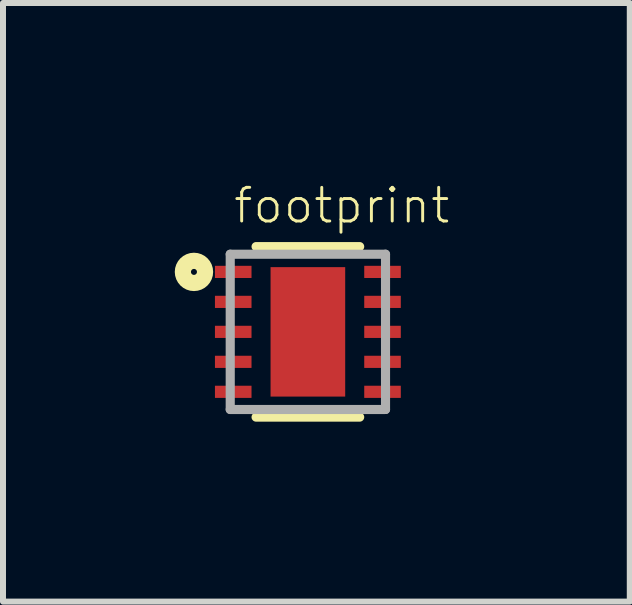
<source format=kicad_pcb>
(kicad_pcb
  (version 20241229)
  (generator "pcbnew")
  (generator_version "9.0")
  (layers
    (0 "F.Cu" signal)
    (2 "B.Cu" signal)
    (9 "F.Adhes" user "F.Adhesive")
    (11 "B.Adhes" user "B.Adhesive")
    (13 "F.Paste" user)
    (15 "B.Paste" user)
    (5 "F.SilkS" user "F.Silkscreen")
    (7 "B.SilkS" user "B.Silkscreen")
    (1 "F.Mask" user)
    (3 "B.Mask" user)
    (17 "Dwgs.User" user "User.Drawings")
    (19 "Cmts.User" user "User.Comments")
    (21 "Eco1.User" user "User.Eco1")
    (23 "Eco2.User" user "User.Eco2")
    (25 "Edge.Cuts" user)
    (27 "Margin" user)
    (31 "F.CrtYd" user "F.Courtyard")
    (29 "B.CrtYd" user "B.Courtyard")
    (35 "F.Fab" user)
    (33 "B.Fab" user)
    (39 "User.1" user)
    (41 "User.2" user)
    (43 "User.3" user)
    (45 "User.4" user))
  (footprint "footprint"
    (layer "F.Cu")
    (at 2.085 2.485)
    (property "Reference" "footprint" (at -1.27 -1.778 0) (layer "F.SilkS") (effects (font (size 0.561 0.561) (thickness 0.049)) (justify left bottom)))
    (fp_line (start -0.864 1.422) (end 0.864 1.422) (stroke (width 0.152) (type solid)) (layer "F.SilkS"))
    (fp_line (start 0.864 -1.422) (end -0.864 -1.422) (stroke (width 0.152) (type solid)) (layer "F.SilkS"))
    (fp_circle (center -1.9 -1) (end -1.85 -1) (stroke (width 0.27) (type solid)) (fill no) (layer "F.SilkS"))
    (fp_line (start -1.295 -1.295) (end -1.295 1.295) (stroke (width 0.152) (type solid)) (layer "F.Fab"))
    (fp_line (start -1.295 1.295) (end 1.295 1.295) (stroke (width 0.152) (type solid)) (layer "F.Fab"))
    (fp_line (start 1.295 -1.295) (end -1.295 -1.295) (stroke (width 0.152) (type solid)) (layer "F.Fab"))
    (fp_line (start 1.295 1.295) (end 1.295 -1.295) (stroke (width 0.152) (type solid)) (layer "F.Fab"))
    (fp_text user "" (at 0 0 0) (layer "F.Fab") (effects (font (size 0.188 0.188) (thickness 0.012))))
    (pad "1" smd rect (at -1.245 -1 270) (size 0.203 0.61) (layers "F.Cu" "F.Mask" "F.Paste"))
    (pad "2" smd rect (at -1.245 -0.5 270) (size 0.203 0.61) (layers "F.Cu" "F.Mask" "F.Paste"))
    (pad "3" smd rect (at -1.245 0 270) (size 0.203 0.61) (layers "F.Cu" "F.Mask" "F.Paste"))
    (pad "4" smd rect (at -1.245 0.5 270) (size 0.203 0.61) (layers "F.Cu" "F.Mask" "F.Paste"))
    (pad "5" smd rect (at -1.245 1 270) (size 0.203 0.61) (layers "F.Cu" "F.Mask" "F.Paste"))
    (pad "6" smd rect (at 1.245 1 270) (size 0.203 0.61) (layers "F.Cu" "F.Mask" "F.Paste"))
    (pad "7" smd rect (at 1.245 0.5 270) (size 0.203 0.61) (layers "F.Cu" "F.Mask" "F.Paste"))
    (pad "8" smd rect (at 1.245 0 270) (size 0.203 0.61) (layers "F.Cu" "F.Mask" "F.Paste"))
    (pad "9" smd rect (at 1.245 -0.5 270) (size 0.203 0.61) (layers "F.Cu" "F.Mask" "F.Paste"))
    (pad "10" smd rect (at 1.245 -1 270) (size 0.203 0.61) (layers "F.Cu" "F.Mask" "F.Paste"))
    (pad "11" smd rect (at 0 0) (size 1.245 2.159) (layers "F.Cu" "F.Mask")))
  (gr_rect
    (start -3 -3)
    (end 7.454 6.984)
    (stroke (width 0.1) (type default))
    (fill no)
    (layer "Edge.Cuts")))
</source>
